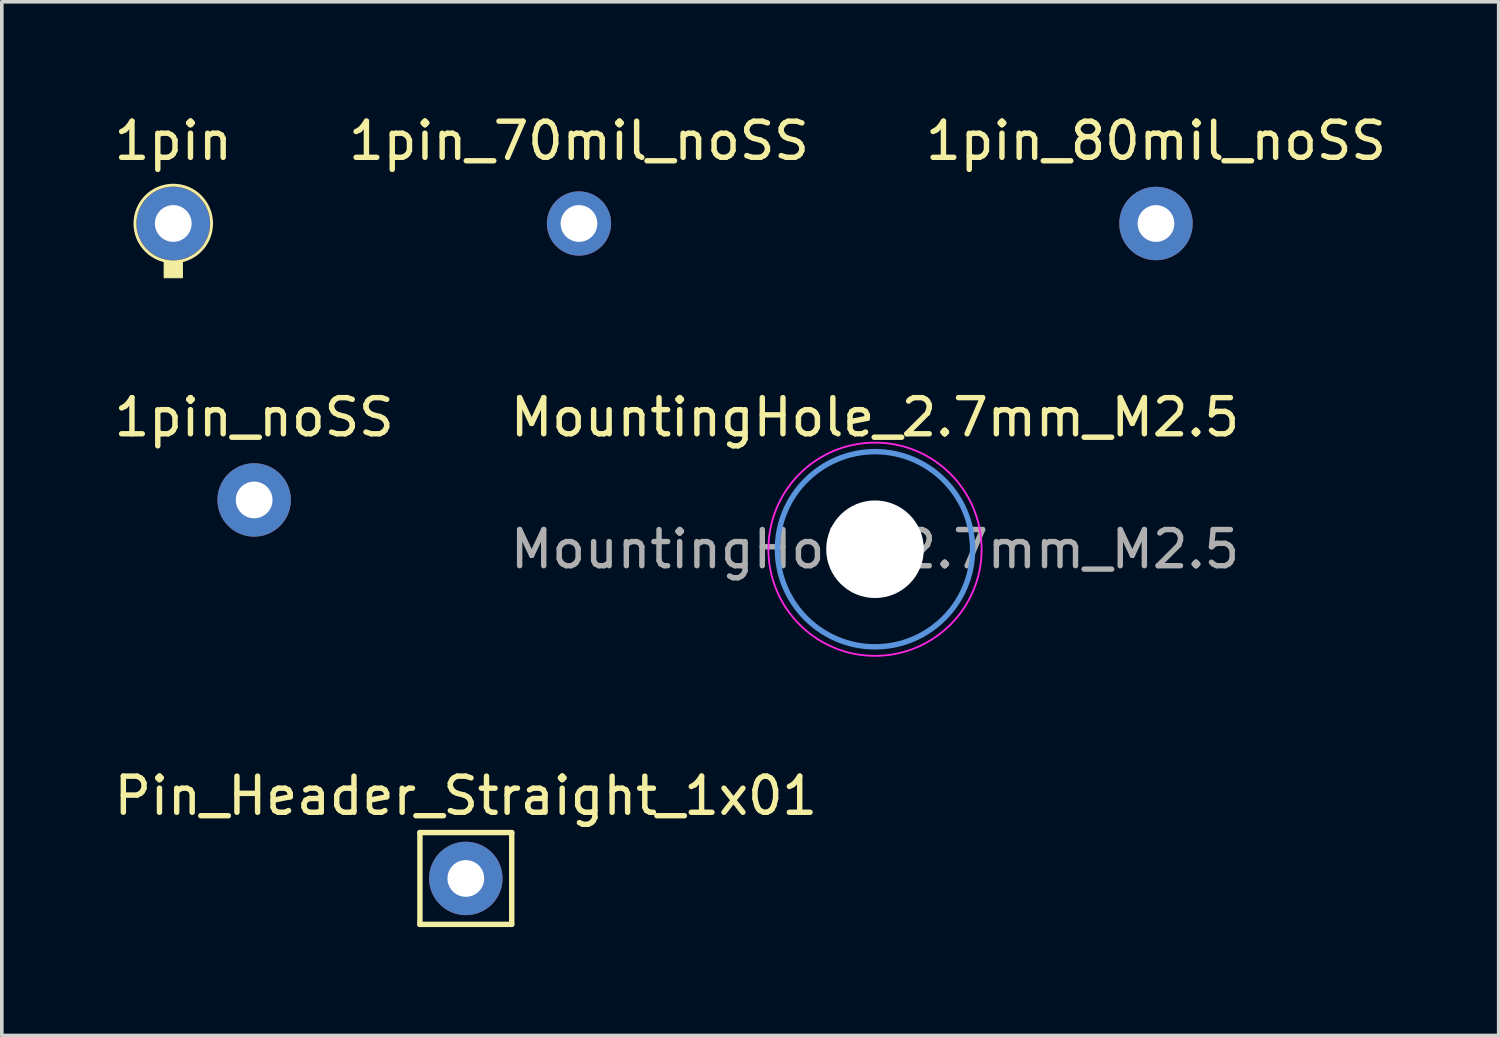
<source format=kicad_pcb>
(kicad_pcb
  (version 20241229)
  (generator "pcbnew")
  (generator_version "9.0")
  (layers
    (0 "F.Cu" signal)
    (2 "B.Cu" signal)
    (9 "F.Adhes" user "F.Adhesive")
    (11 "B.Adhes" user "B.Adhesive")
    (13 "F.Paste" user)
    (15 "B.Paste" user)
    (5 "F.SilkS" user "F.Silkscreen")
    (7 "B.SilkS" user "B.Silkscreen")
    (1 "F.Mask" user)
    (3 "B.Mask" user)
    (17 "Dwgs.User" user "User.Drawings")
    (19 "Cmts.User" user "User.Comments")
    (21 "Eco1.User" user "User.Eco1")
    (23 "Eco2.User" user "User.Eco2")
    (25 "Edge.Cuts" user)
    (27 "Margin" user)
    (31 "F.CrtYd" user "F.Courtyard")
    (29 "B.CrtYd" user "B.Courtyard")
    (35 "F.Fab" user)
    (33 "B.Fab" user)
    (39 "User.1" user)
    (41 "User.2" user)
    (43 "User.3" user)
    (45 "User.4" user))
  (footprint "MountingHole_2.7mm_M2.5"
    (layer "F.Cu")
    (at 21.161 12.147)
    (property "Reference" "MountingHole_2.7mm_M2.5" (at 0 -3.65 0) (layer "F.SilkS") (effects (font (size 1 1) (thickness 0.15))))
    (attr exclude_from_pos_files exclude_from_bom)
    (fp_circle (center 0 0) (end 2.7 0) (stroke (width 0.15) (type solid)) (fill no) (layer "Cmts.User"))
    (fp_circle (center 0 0) (end 2.95 0) (stroke (width 0.05) (type solid)) (fill no) (layer "F.CrtYd"))
    (fp_text user "${REFERENCE}" (at 0 0 0) (layer "F.Fab") (effects (font (size 1 1) (thickness 0.15))))
    (pad "" np_thru_hole circle (at 0 0) (size 2.7 2.7) (drill 2.7) (layers "*.Cu" "*.Mask")))
  (footprint "Pin_Header_Straight_1x01"
    (layer "F.Cu")
    (at 9.839 21.256)
    (property "Reference" "Pin_Header_Straight_1x01" (at 0 -2.286 0) (layer "F.SilkS") (effects (font (size 1 1) (thickness 0.15))))
    (attr through_hole)
    (fp_line (start -1.27 -1.27) (end -1.27 1.27) (stroke (width 0.15) (type solid)) (layer "F.SilkS"))
    (fp_line (start -1.27 1.27) (end 1.27 1.27) (stroke (width 0.15) (type solid)) (layer "F.SilkS"))
    (fp_line (start 1.27 -1.27) (end -1.27 -1.27) (stroke (width 0.15) (type solid)) (layer "F.SilkS"))
    (fp_line (start 1.27 1.27) (end 1.27 -1.27) (stroke (width 0.15) (type solid)) (layer "F.SilkS"))
    (pad "1" thru_hole circle (at 0 0) (size 2.032 2.032) (drill 1.016) (layers "*.Cu" "*.Mask")))
  (footprint "1pin"
    (layer "F.Cu")
    (at 1.744 3.134)
    (property "Reference" "1pin" (at 0 -2.286 0) (layer "F.SilkS") (effects (font (size 1 1) (thickness 0.15))))
    (attr through_hole)
    (fp_rect (start -0.254 1.06) (end 0.254 1.502) (stroke (width 0.025) (type solid)) (fill yes) (layer "F.SilkS"))
    (fp_circle (center 0 0) (end 1.06 0) (stroke (width 0.08) (type solid)) (fill no) (layer "F.SilkS"))
    (pad "1" thru_hole circle (at 0 0) (size 2.032 2.032) (drill 1.016) (layers "*.Cu" "*.Mask")))
  (footprint "1pin_70mil_noSS"
    (layer "F.Cu")
    (at 12.97 3.134)
    (property "Reference" "1pin_70mil_noSS" (at 0 -2.286 0) (layer "F.SilkS") (effects (font (size 1 1) (thickness 0.15))))
    (attr through_hole)
    (pad "1" thru_hole circle (at 0 0) (size 1.778 1.778) (drill 1.016) (layers "*.Cu" "*.Mask")))
  (footprint "1pin_80mil_noSS"
    (layer "F.Cu")
    (at 28.935 3.134)
    (property "Reference" "1pin_80mil_noSS" (at 0 -2.286 0) (layer "F.SilkS") (effects (font (size 1 1) (thickness 0.15))))
    (attr through_hole)
    (pad "1" thru_hole circle (at 0 0) (size 2.032 2.032) (drill 1.016) (layers "*.Cu" "*.Mask")))
  (footprint "1pin_noSS"
    (layer "F.Cu")
    (at 3.982 10.783)
    (property "Reference" "1pin_noSS" (at 0 -2.286 0) (layer "F.SilkS") (effects (font (size 1 1) (thickness 0.15))))
    (attr through_hole)
    (pad "1" thru_hole circle (at 0 0) (size 2.032 2.032) (drill 1.016) (layers "*.Cu" "*.Mask")))
  (gr_rect
    (start -3 -3)
    (end 38.417 25.601)
    (stroke (width 0.1) (type default))
    (fill no)
    (layer "Edge.Cuts")))
</source>
